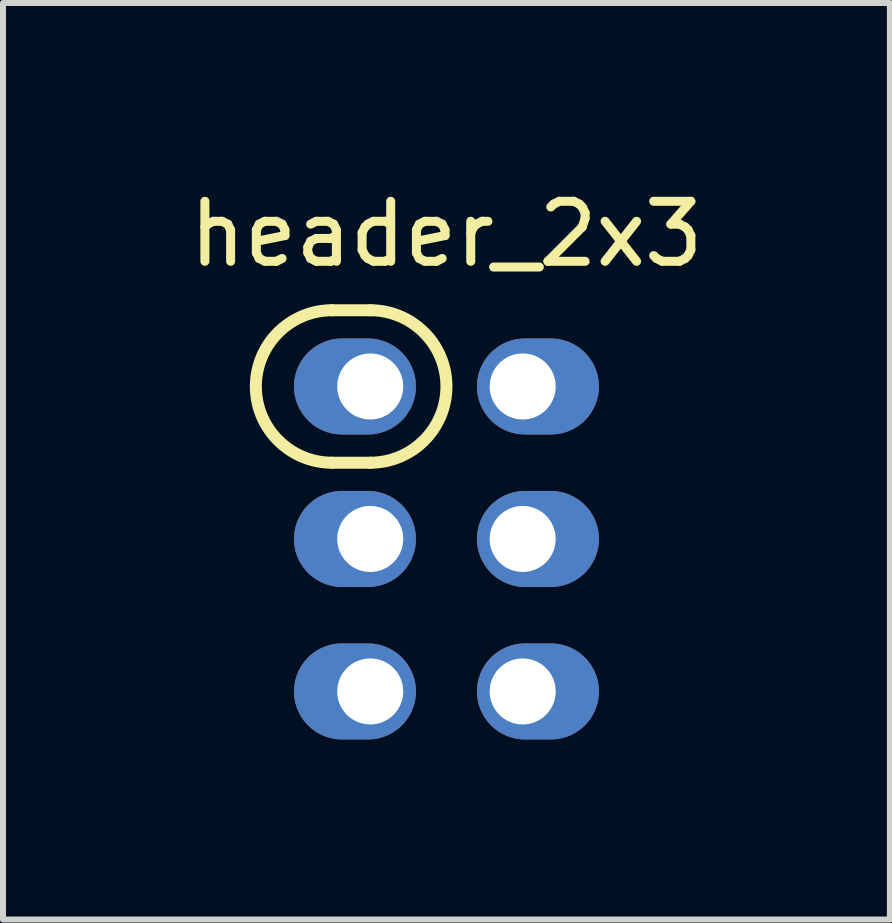
<source format=kicad_pcb>
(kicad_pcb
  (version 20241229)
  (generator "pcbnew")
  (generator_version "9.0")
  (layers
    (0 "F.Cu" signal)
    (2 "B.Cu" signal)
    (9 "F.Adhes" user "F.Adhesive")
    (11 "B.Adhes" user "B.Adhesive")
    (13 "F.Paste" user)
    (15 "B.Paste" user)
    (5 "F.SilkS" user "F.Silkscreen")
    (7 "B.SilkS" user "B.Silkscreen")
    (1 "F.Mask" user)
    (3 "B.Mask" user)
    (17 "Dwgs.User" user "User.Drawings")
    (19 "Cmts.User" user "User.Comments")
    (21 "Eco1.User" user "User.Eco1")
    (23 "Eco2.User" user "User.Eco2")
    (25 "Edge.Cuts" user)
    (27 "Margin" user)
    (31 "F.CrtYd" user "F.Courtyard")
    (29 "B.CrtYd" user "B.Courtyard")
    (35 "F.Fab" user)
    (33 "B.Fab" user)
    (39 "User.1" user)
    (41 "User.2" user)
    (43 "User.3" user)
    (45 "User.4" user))
  (footprint "header_2x3"
    (layer "F.Cu")
    (at 4.387 5.928)
    (property "Reference" "header_2x3" (at 0 -5.08 0) (layer "F.SilkS") (effects (font (size 1 1) (thickness 0.15))))
    (attr through_hole)
    (fp_line (start -1.905 -3.81) (end -1.27 -3.81) (stroke (width 0.2) (type solid)) (layer "F.SilkS"))
    (fp_line (start -1.27 -1.27) (end -1.905 -1.27) (stroke (width 0.2) (type solid)) (layer "F.SilkS"))
    (fp_arc (start -1.905 -1.27) (mid -3.175 -2.54) (end -1.905 -3.81) (stroke (width 0.2) (type solid)) (layer "F.SilkS"))
    (fp_arc (start -1.27 -3.81) (mid 0 -2.54) (end -1.27 -1.27) (stroke (width 0.2) (type solid)) (layer "F.SilkS"))
    (pad "1" thru_hole oval (at -1.27 -2.54) (size 2.032 1.6) (drill 1.1 (offset -0.254 0)) (layers "*.Cu" "*.Mask"))
    (pad "2" thru_hole oval (at 1.27 -2.54) (size 2.032 1.6) (drill 1.1 (offset 0.254 0)) (layers "*.Cu" "*.Mask"))
    (pad "3" thru_hole oval (at -1.27 0) (size 2.032 1.6) (drill 1.1 (offset -0.254 0)) (layers "*.Cu" "*.Mask"))
    (pad "4" thru_hole oval (at 1.27 0) (size 2.032 1.6) (drill 1.1 (offset 0.254 0)) (layers "*.Cu" "*.Mask"))
    (pad "5" thru_hole oval (at -1.27 2.54) (size 2.032 1.6) (drill 1.1 (offset -0.254 0)) (layers "*.Cu" "*.Mask"))
    (pad "6" thru_hole oval (at 1.27 2.54) (size 2.032 1.6) (drill 1.1 (offset 0.254 0)) (layers "*.Cu" "*.Mask")))
  (gr_rect
    (start -3 -3)
    (end 11.774 12.268)
    (stroke (width 0.1) (type default))
    (fill no)
    (layer "Edge.Cuts")))
</source>
